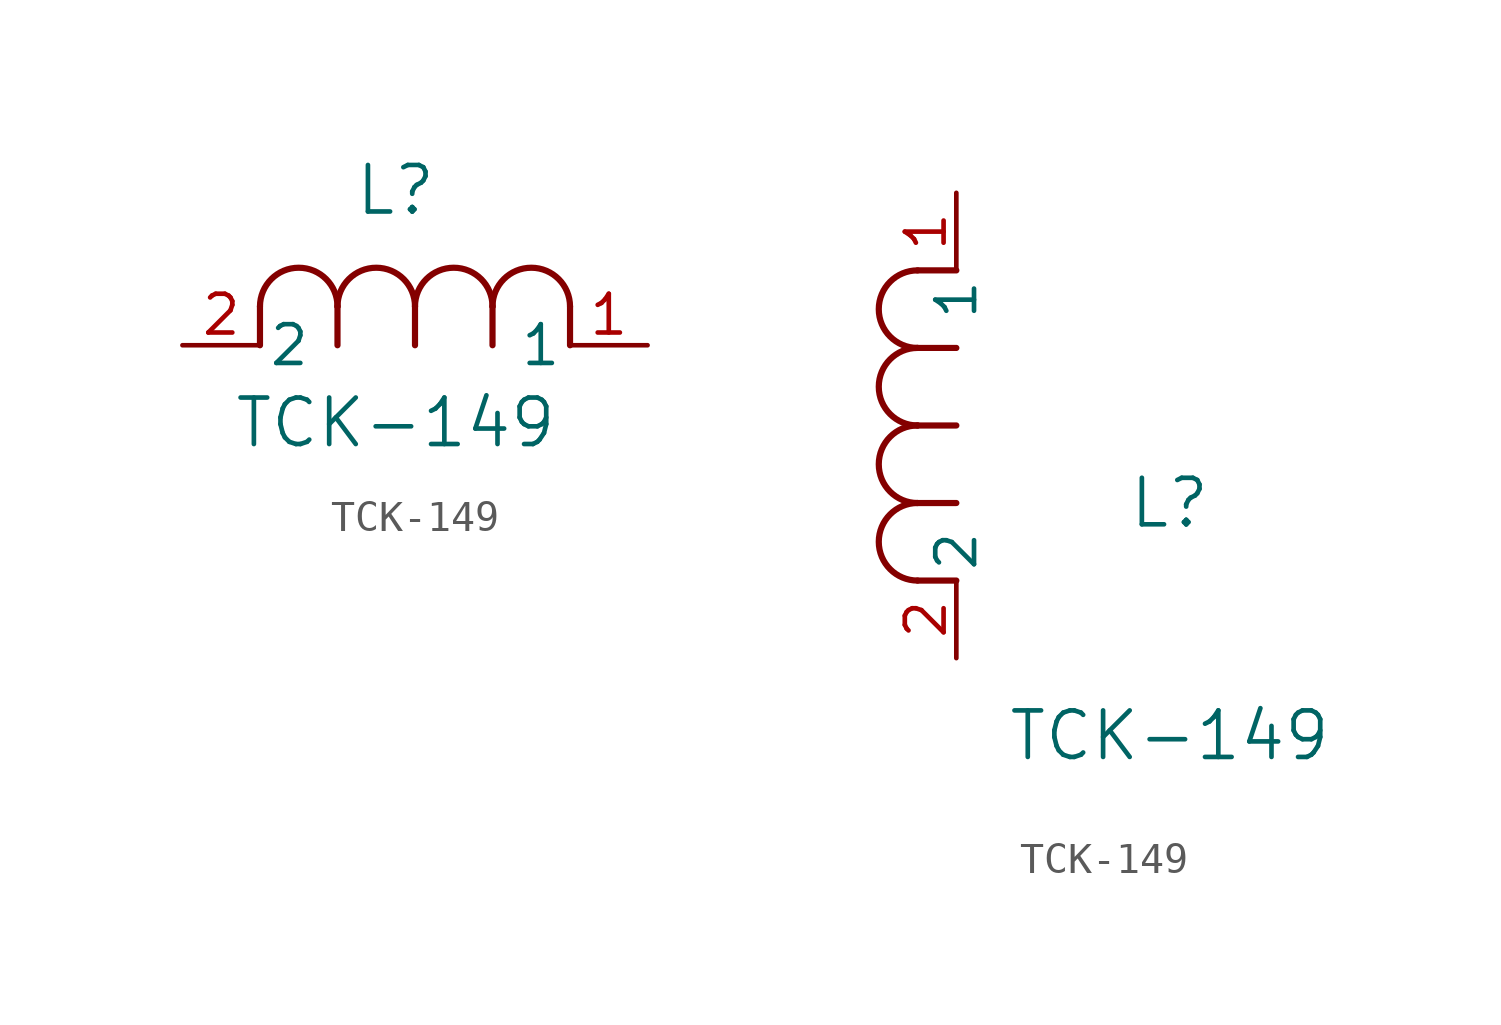
<source format=kicad_sym>
(kicad_symbol_lib
  (version 20211014)
  (generator kicad_symbol_editor)
  (symbol "TCK-149"
    (pin_names
      (offset 0.254))
    (property "Reference" "L"
      (at 6.985 5.08 0)
      (effects (font (size 1.524 1.524))))
    (property "Value" "TCK-149"
      (at 6.985 -2.54 0)
      (effects (font (size 1.524 1.524))))
    (symbol "TCK-149_1_1"
      (arc (start 7.62 1.27) (mid 6.35 2.54) (end 5.08 1.27) (stroke (width 0.2032) (type default) (color 0 0 0 0)) (fill (type none)))
      (polyline (pts (xy 5.08 0) (xy 5.08 1.27)) (stroke (width 0.203) (type default) (color 0 0 0 0)) (fill (type none)))
      (polyline (pts (xy 7.62 0) (xy 7.62 1.27)) (stroke (width 0.203) (type default) (color 0 0 0 0)) (fill (type none)))
      (polyline (pts (xy 12.7 0) (xy 12.7 1.27)) (stroke (width 0.203) (type default) (color 0 0 0 0)) (fill (type none)))
      (arc (start 5.08 1.27) (mid 3.81 2.54) (end 2.54 1.27) (stroke (width 0.2032) (type default) (color 0 0 0 0)) (fill (type none)))
      (arc (start 10.16 1.27) (mid 8.89 2.54) (end 7.62 1.27) (stroke (width 0.2032) (type default) (color 0 0 0 0)) (fill (type none)))
      (arc (start 12.7 1.27) (mid 11.43 2.54) (end 10.16 1.27) (stroke (width 0.2032) (type default) (color 0 0 0 0)) (fill (type none)))
      (polyline (pts (xy 2.54 0) (xy 2.54 1.27)) (stroke (width 0.203) (type default) (color 0 0 0 0)) (fill (type none)))
      (polyline (pts (xy 10.16 0) (xy 10.16 1.27)) (stroke (width 0.203) (type default) (color 0 0 0 0)) (fill (type none)))
      (pin unspecified line (at 0 0 0) (length 2.54) (name "2" (effects (font (size 1.27 1.27)))) (number "2" (effects (font (size 1.27 1.27)))))
      (pin unspecified line (at 15.24 0 180) (length 2.54) (name "1" (effects (font (size 1.27 1.27)))) (number "1" (effects (font (size 1.27 1.27))))))
    (symbol "TCK-149_1_2"
      (arc (start -1.27 7.62) (mid -2.54 6.35) (end -1.27 5.08) (stroke (width 0.2032) (type default) (color 0 0 0 0)) (fill (type none)))
      (arc (start -1.27 5.08) (mid -2.54 3.81) (end -1.27 2.54) (stroke (width 0.2032) (type default) (color 0 0 0 0)) (fill (type none)))
      (arc (start -1.27 12.7) (mid -2.54 11.43) (end -1.27 10.16) (stroke (width 0.2032) (type default) (color 0 0 0 0)) (fill (type none)))
      (arc (start -1.27 10.16) (mid -2.54 8.89) (end -1.27 7.62) (stroke (width 0.2032) (type default) (color 0 0 0 0)) (fill (type none)))
      (polyline (pts (xy 0 7.62) (xy -1.27 7.62)) (stroke (width 0.203) (type default) (color 0 0 0 0)) (fill (type none)))
      (polyline (pts (xy 0 5.08) (xy -1.27 5.08)) (stroke (width 0.203) (type default) (color 0 0 0 0)) (fill (type none)))
      (polyline (pts (xy 0 12.7) (xy -1.27 12.7)) (stroke (width 0.203) (type default) (color 0 0 0 0)) (fill (type none)))
      (polyline (pts (xy 0 2.54) (xy -1.27 2.54)) (stroke (width 0.203) (type default) (color 0 0 0 0)) (fill (type none)))
      (polyline (pts (xy 0 10.16) (xy -1.27 10.16)) (stroke (width 0.203) (type default) (color 0 0 0 0)) (fill (type none)))
      (pin unspecified line (at 0 0 90) (length 2.54) (name "2" (effects (font (size 1.27 1.27)))) (number "2" (effects (font (size 1.27 1.27)))))
      (pin unspecified line (at 0 15.24 270) (length 2.54) (name "1" (effects (font (size 1.27 1.27)))) (number "1" (effects (font (size 1.27 1.27))))))))
</source>
